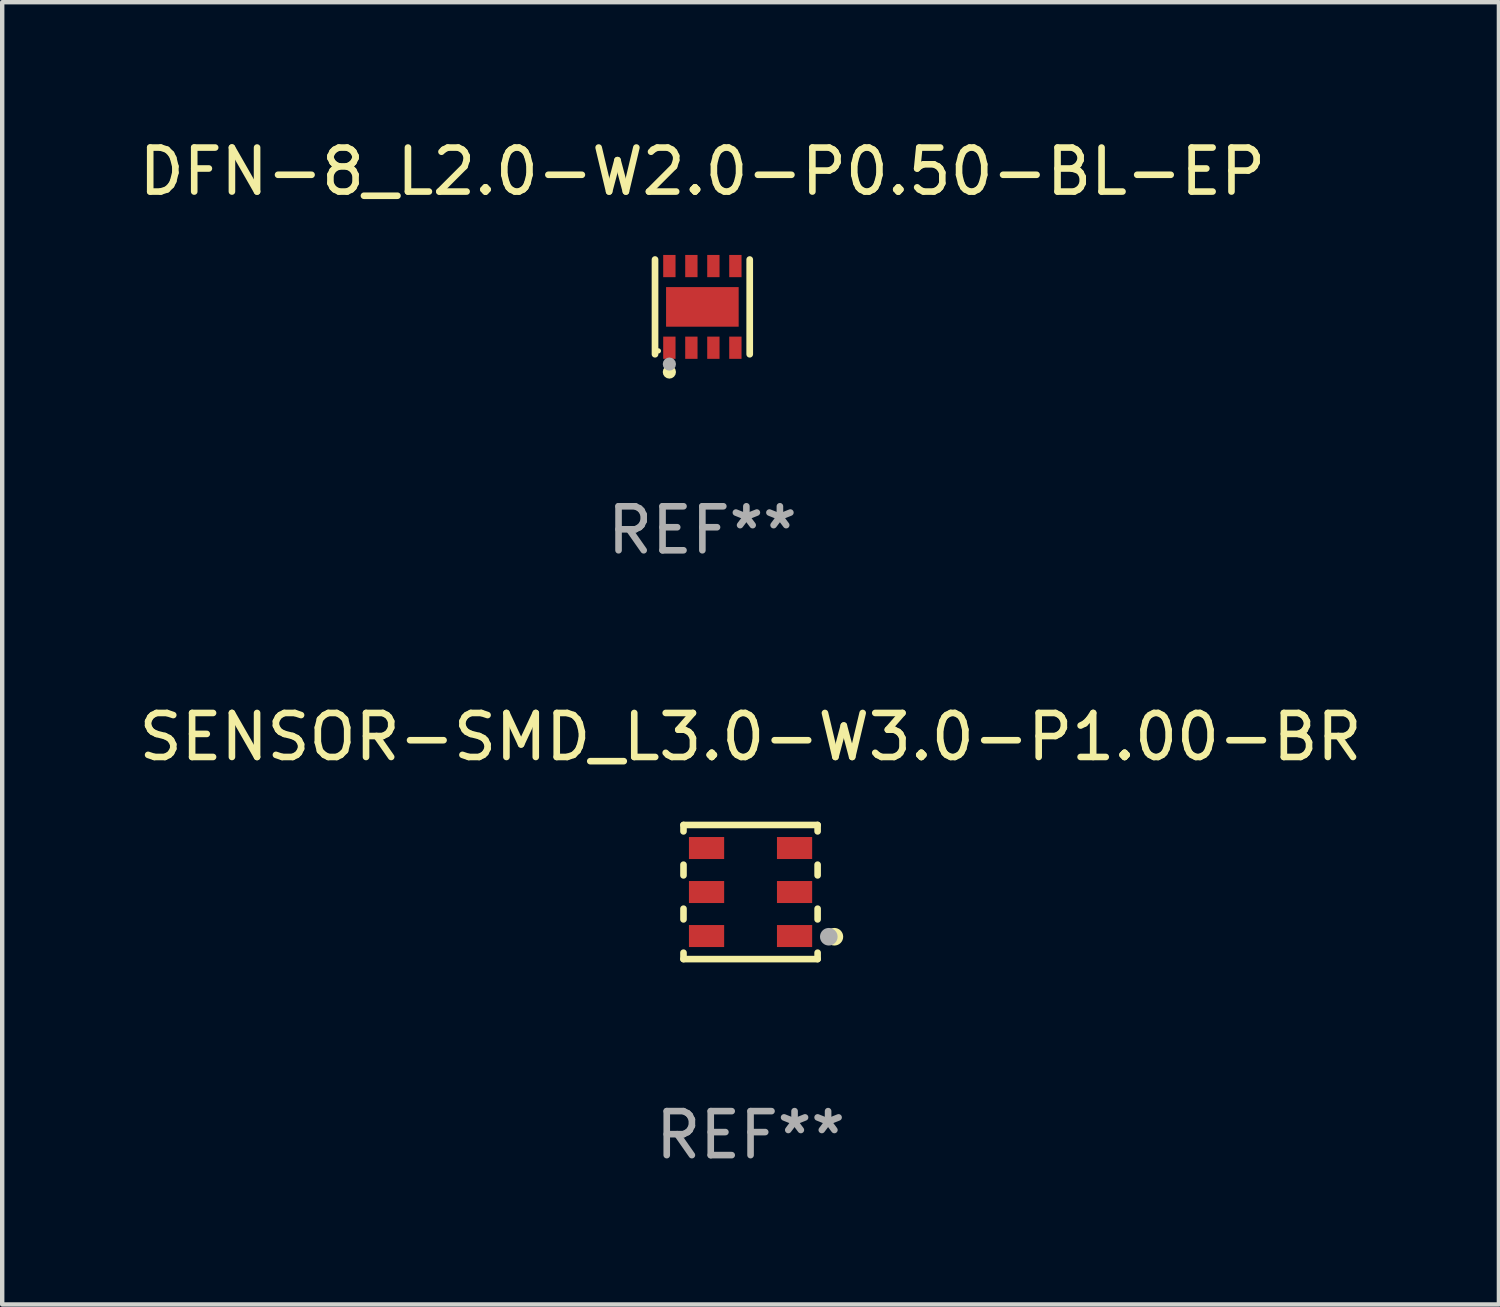
<source format=kicad_pcb>
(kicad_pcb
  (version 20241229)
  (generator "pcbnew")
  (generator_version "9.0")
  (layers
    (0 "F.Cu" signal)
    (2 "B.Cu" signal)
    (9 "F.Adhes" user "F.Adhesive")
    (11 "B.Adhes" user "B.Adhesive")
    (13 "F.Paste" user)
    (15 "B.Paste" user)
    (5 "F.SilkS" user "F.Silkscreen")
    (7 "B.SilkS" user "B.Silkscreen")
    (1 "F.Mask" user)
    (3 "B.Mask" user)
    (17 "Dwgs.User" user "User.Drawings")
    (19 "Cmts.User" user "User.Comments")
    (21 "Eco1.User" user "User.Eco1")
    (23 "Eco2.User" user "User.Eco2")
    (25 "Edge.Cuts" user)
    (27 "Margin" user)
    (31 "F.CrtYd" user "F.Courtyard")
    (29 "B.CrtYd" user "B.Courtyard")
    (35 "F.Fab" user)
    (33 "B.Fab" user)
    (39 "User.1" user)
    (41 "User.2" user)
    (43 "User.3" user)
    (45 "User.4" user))
  (footprint "SENSOR-SMD_L3.0-W3.0-P1.00-BR"
    (layer "F.Cu")
    (at 14.006 17.221)
    (property "Reference" "SENSOR-SMD_L3.0-W3.0-P1.00-BR" (at 0.000076 -3.524 0) (layer "F.SilkS") (effects (font (size 1 1) (thickness 0.15))))
    (attr smd)
    (fp_line (start -1.524 -1.524) (end -1.524 -1.378) (stroke (width 0.15) (type solid)) (layer "F.SilkS"))
    (fp_line (start -1.524 -0.622) (end -1.524 -0.378) (stroke (width 0.15) (type solid)) (layer "F.SilkS"))
    (fp_line (start -1.524 0.378) (end -1.524 0.622) (stroke (width 0.15) (type solid)) (layer "F.SilkS"))
    (fp_line (start -1.524 1.378) (end -1.524 1.524) (stroke (width 0.15) (type solid)) (layer "F.SilkS"))
    (fp_line (start -1.524 1.524) (end 1.524 1.524) (stroke (width 0.15) (type solid)) (layer "F.SilkS"))
    (fp_line (start 1.524 -1.524) (end -1.524 -1.524) (stroke (width 0.15) (type solid)) (layer "F.SilkS"))
    (fp_line (start 1.524 -1.378) (end 1.524 -1.524) (stroke (width 0.15) (type solid)) (layer "F.SilkS"))
    (fp_line (start 1.524 -0.378) (end 1.524 -0.622) (stroke (width 0.15) (type solid)) (layer "F.SilkS"))
    (fp_line (start 1.524 0.622) (end 1.524 0.378) (stroke (width 0.15) (type solid)) (layer "F.SilkS"))
    (fp_line (start 1.524 1.524) (end 1.524 1.378) (stroke (width 0.15) (type solid)) (layer "F.SilkS"))
    (fp_circle (center 1.5 1.5) (end 1.53 1.5) (stroke (width 0.06) (type solid)) (fill no) (layer "F.SilkS"))
    (fp_circle (center 1.905 1.016) (end 2.005 1.016) (stroke (width 0.2) (type solid)) (fill no) (layer "F.SilkS"))
    (fp_circle (center 1.778 1.016) (end 1.878 1.016) (stroke (width 0.2) (type solid)) (fill no) (layer "F.Fab"))
    (fp_text user "REF**" (at 0.000076 5.524 0) (layer "F.Fab") (effects (font (size 1 1) (thickness 0.15))))
    (pad "1" smd rect (at 1 1 180) (size 0.8 0.5) (layers "F.Cu" "F.Mask" "F.Paste"))
    (pad "2" smd rect (at 1 -0.000025 180) (size 0.8 0.5) (layers "F.Cu" "F.Mask" "F.Paste"))
    (pad "3" smd rect (at 1 -1 180) (size 0.8 0.5) (layers "F.Cu" "F.Mask" "F.Paste"))
    (pad "4" smd rect (at -1 -1 180) (size 0.8 0.5) (layers "F.Cu" "F.Mask" "F.Paste"))
    (pad "5" smd rect (at -1 -0.000025 180) (size 0.8 0.5) (layers "F.Cu" "F.Mask" "F.Paste"))
    (pad "6" smd rect (at -1 1 180) (size 0.8 0.5) (layers "F.Cu" "F.Mask" "F.Paste")))
  (footprint "DFN-8_L2.0-W2.0-P0.50-BL-EP"
    (layer "F.Cu")
    (at 12.911 3.924)
    (property "Reference" "DFN-8_L2.0-W2.0-P0.50-BL-EP" (at 0 -3.076 0) (layer "F.SilkS") (effects (font (size 1 1) (thickness 0.15))))
    (attr smd)
    (fp_line (start -1.076 1.076) (end -1.076 -1.076) (stroke (width 0.152) (type solid)) (layer "F.SilkS"))
    (fp_line (start 1.076 1.076) (end 1.076 -1.076) (stroke (width 0.152) (type solid)) (layer "F.SilkS"))
    (fp_circle (center -1 1) (end -0.97 1) (stroke (width 0.06) (type solid)) (fill no) (layer "F.SilkS"))
    (fp_circle (center -0.75 1.48) (end -0.675 1.48) (stroke (width 0.15) (type solid)) (fill no) (layer "F.SilkS"))
    (fp_circle (center -0.75 1.3) (end -0.675 1.3) (stroke (width 0.15) (type solid)) (fill no) (layer "F.Fab"))
    (fp_text user "REF**" (at 0 5.076 0) (layer "F.Fab") (effects (font (size 1 1) (thickness 0.15))))
    (pad "1" smd rect (at -0.75 0.928) (size 0.28 0.505) (layers "F.Cu" "F.Mask" "F.Paste"))
    (pad "2" smd rect (at -0.25 0.928) (size 0.28 0.505) (layers "F.Cu" "F.Mask" "F.Paste"))
    (pad "3" smd rect (at 0.25 0.928) (size 0.28 0.505) (layers "F.Cu" "F.Mask" "F.Paste"))
    (pad "4" smd rect (at 0.75 0.928) (size 0.28 0.505) (layers "F.Cu" "F.Mask" "F.Paste"))
    (pad "5" smd rect (at 0.75 -0.928) (size 0.28 0.505) (layers "F.Cu" "F.Mask" "F.Paste"))
    (pad "6" smd rect (at 0.25 -0.928) (size 0.28 0.505) (layers "F.Cu" "F.Mask" "F.Paste"))
    (pad "7" smd rect (at -0.25 -0.928) (size 0.28 0.505) (layers "F.Cu" "F.Mask" "F.Paste"))
    (pad "8" smd rect (at -0.75 -0.928) (size 0.28 0.505) (layers "F.Cu" "F.Mask" "F.Paste"))
    (pad "9" smd rect (at 0 0) (size 1.65 0.9) (layers "F.Cu" "F.Mask" "F.Paste")))
  (gr_rect
    (start -3 -3)
    (end 31.012 26.593)
    (stroke (width 0.1) (type default))
    (fill no)
    (layer "Edge.Cuts")))
</source>
